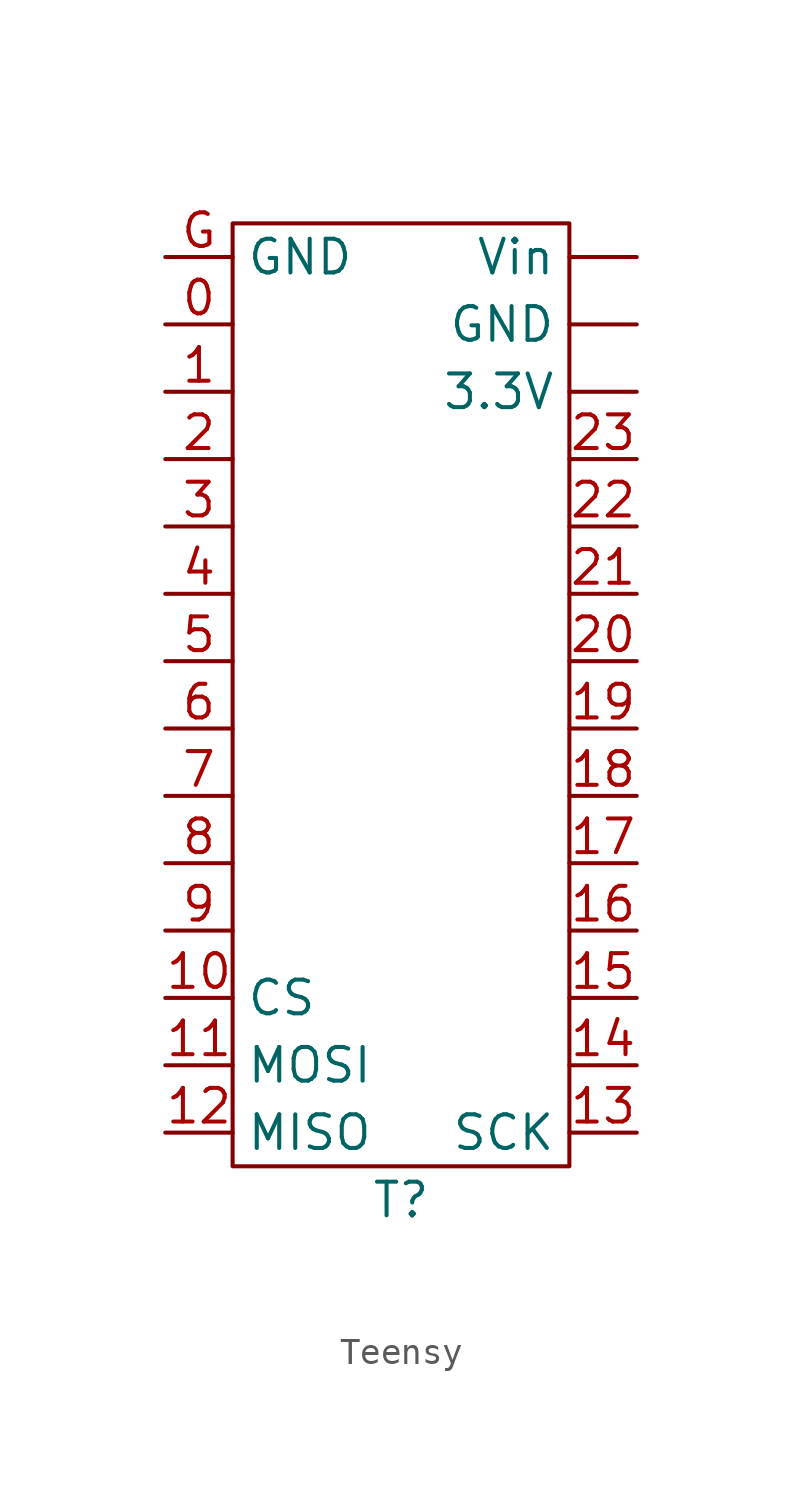
<source format=kicad_sym>
(kicad_symbol_lib
  (version 20231120)
  (generator "kicad_symbol_editor")
  (generator_version "8.0")
  (symbol "Teensy"
    (property "Reference" "T"
      (at 0 0 0)
      (effects (font (size 1.27 1.27))))
    (property "Value" ""
      (at 0 0 0)
      (effects (font (size 1.27 1.27))))
    (symbol "Teensy_0_1"
      (rectangle (start -6.35 36.83) (end 6.35 1.27) (stroke (width 0) (type default)) (fill (type none))))
    (symbol "Teensy_1_1"
      (pin input line (at 8.89 30.48 180) (length 2.54) (name "3.3V" (effects (font (size 1.27 1.27)))) (number "" (effects (font (size 1.27 1.27)))))
      (pin input line (at 8.89 33.02 180) (length 2.54) (name "GND" (effects (font (size 1.27 1.27)))) (number "" (effects (font (size 1.27 1.27)))))
      (pin input line (at 8.89 35.56 180) (length 2.54) (name "Vin" (effects (font (size 1.27 1.27)))) (number "" (effects (font (size 1.27 1.27)))))
      (pin input line (at -8.89 33.02 0) (length 2.54) (name "" (effects (font (size 1.27 1.27)))) (number "0" (effects (font (size 1.27 1.27)))))
      (pin input line (at -8.89 30.48 0) (length 2.54) (name "" (effects (font (size 1.27 1.27)))) (number "1" (effects (font (size 1.27 1.27)))))
      (pin input line (at -8.89 7.62 0) (length 2.54) (name "CS" (effects (font (size 1.27 1.27)))) (number "10" (effects (font (size 1.27 1.27)))))
      (pin input line (at -8.89 5.08 0) (length 2.54) (name "MOSI" (effects (font (size 1.27 1.27)))) (number "11" (effects (font (size 1.27 1.27)))))
      (pin input line (at -8.89 2.54 0) (length 2.54) (name "MISO" (effects (font (size 1.27 1.27)))) (number "12" (effects (font (size 1.27 1.27)))))
      (pin input line (at 8.89 2.54 180) (length 2.54) (name "SCK" (effects (font (size 1.27 1.27)))) (number "13" (effects (font (size 1.27 1.27)))))
      (pin input line (at 8.89 5.08 180) (length 2.54) (name "" (effects (font (size 1.27 1.27)))) (number "14" (effects (font (size 1.27 1.27)))))
      (pin input line (at 8.89 7.62 180) (length 2.54) (name "" (effects (font (size 1.27 1.27)))) (number "15" (effects (font (size 1.27 1.27)))))
      (pin input line (at 8.89 10.16 180) (length 2.54) (name "" (effects (font (size 1.27 1.27)))) (number "16" (effects (font (size 1.27 1.27)))))
      (pin input line (at 8.89 12.7 180) (length 2.54) (name "" (effects (font (size 1.27 1.27)))) (number "17" (effects (font (size 1.27 1.27)))))
      (pin input line (at 8.89 15.24 180) (length 2.54) (name "" (effects (font (size 1.27 1.27)))) (number "18" (effects (font (size 1.27 1.27)))))
      (pin input line (at 8.89 17.78 180) (length 2.54) (name "" (effects (font (size 1.27 1.27)))) (number "19" (effects (font (size 1.27 1.27)))))
      (pin input line (at -8.89 27.94 0) (length 2.54) (name "" (effects (font (size 1.27 1.27)))) (number "2" (effects (font (size 1.27 1.27)))))
      (pin input line (at 8.89 20.32 180) (length 2.54) (name "" (effects (font (size 1.27 1.27)))) (number "20" (effects (font (size 1.27 1.27)))))
      (pin input line (at 8.89 22.86 180) (length 2.54) (name "" (effects (font (size 1.27 1.27)))) (number "21" (effects (font (size 1.27 1.27)))))
      (pin input line (at 8.89 25.4 180) (length 2.54) (name "" (effects (font (size 1.27 1.27)))) (number "22" (effects (font (size 1.27 1.27)))))
      (pin input line (at 8.89 27.94 180) (length 2.54) (name "" (effects (font (size 1.27 1.27)))) (number "23" (effects (font (size 1.27 1.27)))))
      (pin input line (at -8.89 25.4 0) (length 2.54) (name "" (effects (font (size 1.27 1.27)))) (number "3" (effects (font (size 1.27 1.27)))))
      (pin input line (at -8.89 22.86 0) (length 2.54) (name "" (effects (font (size 1.27 1.27)))) (number "4" (effects (font (size 1.27 1.27)))))
      (pin input line (at -8.89 20.32 0) (length 2.54) (name "" (effects (font (size 1.27 1.27)))) (number "5" (effects (font (size 1.27 1.27)))))
      (pin input line (at -8.89 17.78 0) (length 2.54) (name "" (effects (font (size 1.27 1.27)))) (number "6" (effects (font (size 1.27 1.27)))))
      (pin input line (at -8.89 15.24 0) (length 2.54) (name "" (effects (font (size 1.27 1.27)))) (number "7" (effects (font (size 1.27 1.27)))))
      (pin input line (at -8.89 12.7 0) (length 2.54) (name "" (effects (font (size 1.27 1.27)))) (number "8" (effects (font (size 1.27 1.27)))))
      (pin input line (at -8.89 10.16 0) (length 2.54) (name "" (effects (font (size 1.27 1.27)))) (number "9" (effects (font (size 1.27 1.27)))))
      (pin input line (at -8.89 35.56 0) (length 2.54) (name "GND" (effects (font (size 1.27 1.27)))) (number "G" (effects (font (size 1.27 1.27))))))))
</source>
